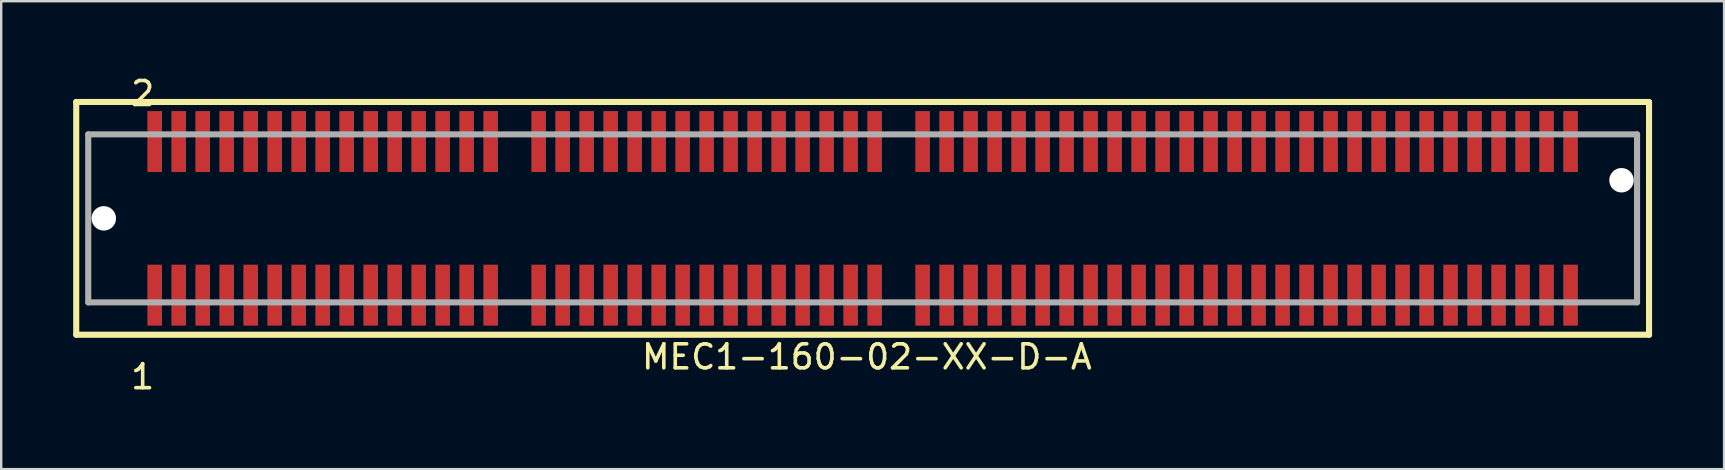
<source format=kicad_pcb>
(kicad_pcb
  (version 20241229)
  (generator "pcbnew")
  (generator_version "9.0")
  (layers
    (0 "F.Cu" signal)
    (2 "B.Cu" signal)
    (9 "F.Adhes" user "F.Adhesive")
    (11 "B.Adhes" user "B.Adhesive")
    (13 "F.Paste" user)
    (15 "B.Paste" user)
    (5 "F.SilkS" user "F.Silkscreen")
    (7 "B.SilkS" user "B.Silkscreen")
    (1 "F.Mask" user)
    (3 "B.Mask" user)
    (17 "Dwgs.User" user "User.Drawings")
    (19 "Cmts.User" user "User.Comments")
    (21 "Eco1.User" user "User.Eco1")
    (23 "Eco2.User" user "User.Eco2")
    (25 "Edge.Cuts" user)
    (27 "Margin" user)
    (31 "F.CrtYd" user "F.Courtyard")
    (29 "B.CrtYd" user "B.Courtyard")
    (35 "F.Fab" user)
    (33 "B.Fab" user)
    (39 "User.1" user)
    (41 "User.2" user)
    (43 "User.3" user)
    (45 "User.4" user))
  (footprint "MEC1-160-02-XX-D-A"
    (layer "F.Cu")
    (at 32.897 6.049)
    (property "Reference" "MEC1-160-02-XX-D-A" (at 0.175 5.773 0) (layer "F.SilkS") (effects (font (size 1.001 1.001) (thickness 0.15))))
    (attr through_hole)
    (fp_line (start -32.77 -4.85) (end 32.77 -4.85) (stroke (width 0.254) (type solid)) (layer "F.SilkS"))
    (fp_line (start -32.77 4.85) (end -32.77 -4.85) (stroke (width 0.254) (type solid)) (layer "F.SilkS"))
    (fp_line (start 32.77 -4.85) (end 32.77 4.85) (stroke (width 0.254) (type solid)) (layer "F.SilkS"))
    (fp_line (start 32.77 4.85) (end -32.77 4.85) (stroke (width 0.254) (type solid)) (layer "F.SilkS"))
    (fp_line (start -32.27 -3.5) (end 32.27 -3.5) (stroke (width 0.254) (type solid)) (layer "F.Fab"))
    (fp_line (start -32.27 3.5) (end -32.27 -3.5) (stroke (width 0.254) (type solid)) (layer "F.Fab"))
    (fp_line (start 32.27 -3.5) (end 32.27 3.5) (stroke (width 0.254) (type solid)) (layer "F.Fab"))
    (fp_line (start 32.27 3.5) (end -32.27 3.5) (stroke (width 0.254) (type solid)) (layer "F.Fab"))
    (fp_text user "1" (at -30.002 6.601 0) (layer "F.SilkS") (effects (font (size 1 1) (thickness 0.15))))
    (fp_text user "2" (at -30.003 -5.201 0) (layer "F.SilkS") (effects (font (size 1 1) (thickness 0.15))))
    (pad "" np_thru_hole circle (at -31.622 0) (size 1.02 1.02) (drill 1.02) (layers "*.Cu" "*.Mask"))
    (pad "" np_thru_hole circle (at 31.622 -1.588) (size 1.02 1.02) (drill 1.02) (layers "*.Cu" "*.Mask"))
    (pad "1" smd rect (at -29.5 3.2) (size 0.61 2.54) (layers "F.Cu" "F.Mask" "F.Paste"))
    (pad "2" smd rect (at -29.5 -3.2) (size 0.61 2.54) (layers "F.Cu" "F.Mask" "F.Paste"))
    (pad "3" smd rect (at -28.5 3.2) (size 0.61 2.54) (layers "F.Cu" "F.Mask" "F.Paste"))
    (pad "4" smd rect (at -28.5 -3.2) (size 0.61 2.54) (layers "F.Cu" "F.Mask" "F.Paste"))
    (pad "5" smd rect (at -27.5 3.2) (size 0.61 2.54) (layers "F.Cu" "F.Mask" "F.Paste"))
    (pad "6" smd rect (at -27.5 -3.2) (size 0.61 2.54) (layers "F.Cu" "F.Mask" "F.Paste"))
    (pad "7" smd rect (at -26.5 3.2) (size 0.61 2.54) (layers "F.Cu" "F.Mask" "F.Paste"))
    (pad "8" smd rect (at -26.5 -3.2) (size 0.61 2.54) (layers "F.Cu" "F.Mask" "F.Paste"))
    (pad "9" smd rect (at -25.5 3.2) (size 0.61 2.54) (layers "F.Cu" "F.Mask" "F.Paste"))
    (pad "10" smd rect (at -25.5 -3.2) (size 0.61 2.54) (layers "F.Cu" "F.Mask" "F.Paste"))
    (pad "11" smd rect (at -24.5 3.2) (size 0.61 2.54) (layers "F.Cu" "F.Mask" "F.Paste"))
    (pad "12" smd rect (at -24.5 -3.2) (size 0.61 2.54) (layers "F.Cu" "F.Mask" "F.Paste"))
    (pad "13" smd rect (at -23.5 3.2) (size 0.61 2.54) (layers "F.Cu" "F.Mask" "F.Paste"))
    (pad "14" smd rect (at -23.5 -3.2) (size 0.61 2.54) (layers "F.Cu" "F.Mask" "F.Paste"))
    (pad "15" smd rect (at -22.5 3.2) (size 0.61 2.54) (layers "F.Cu" "F.Mask" "F.Paste"))
    (pad "16" smd rect (at -22.5 -3.2) (size 0.61 2.54) (layers "F.Cu" "F.Mask" "F.Paste"))
    (pad "17" smd rect (at -21.5 3.2) (size 0.61 2.54) (layers "F.Cu" "F.Mask" "F.Paste"))
    (pad "18" smd rect (at -21.5 -3.2) (size 0.61 2.54) (layers "F.Cu" "F.Mask" "F.Paste"))
    (pad "19" smd rect (at -20.5 3.2) (size 0.61 2.54) (layers "F.Cu" "F.Mask" "F.Paste"))
    (pad "20" smd rect (at -20.5 -3.2) (size 0.61 2.54) (layers "F.Cu" "F.Mask" "F.Paste"))
    (pad "21" smd rect (at -19.5 3.2) (size 0.61 2.54) (layers "F.Cu" "F.Mask" "F.Paste"))
    (pad "22" smd rect (at -19.5 -3.2) (size 0.61 2.54) (layers "F.Cu" "F.Mask" "F.Paste"))
    (pad "23" smd rect (at -18.5 3.2) (size 0.61 2.54) (layers "F.Cu" "F.Mask" "F.Paste"))
    (pad "24" smd rect (at -18.5 -3.2) (size 0.61 2.54) (layers "F.Cu" "F.Mask" "F.Paste"))
    (pad "25" smd rect (at -17.5 3.2) (size 0.61 2.54) (layers "F.Cu" "F.Mask" "F.Paste"))
    (pad "26" smd rect (at -17.5 -3.2) (size 0.61 2.54) (layers "F.Cu" "F.Mask" "F.Paste"))
    (pad "27" smd rect (at -16.5 3.2) (size 0.61 2.54) (layers "F.Cu" "F.Mask" "F.Paste"))
    (pad "28" smd rect (at -16.5 -3.2) (size 0.61 2.54) (layers "F.Cu" "F.Mask" "F.Paste"))
    (pad "29" smd rect (at -15.5 3.2) (size 0.61 2.54) (layers "F.Cu" "F.Mask" "F.Paste"))
    (pad "30" smd rect (at -15.5 -3.2) (size 0.61 2.54) (layers "F.Cu" "F.Mask" "F.Paste"))
    (pad "33" smd rect (at -13.5 3.2) (size 0.61 2.54) (layers "F.Cu" "F.Mask" "F.Paste"))
    (pad "34" smd rect (at -13.5 -3.2) (size 0.61 2.54) (layers "F.Cu" "F.Mask" "F.Paste"))
    (pad "35" smd rect (at -12.5 3.2) (size 0.61 2.54) (layers "F.Cu" "F.Mask" "F.Paste"))
    (pad "36" smd rect (at -12.5 -3.2) (size 0.61 2.54) (layers "F.Cu" "F.Mask" "F.Paste"))
    (pad "37" smd rect (at -11.5 3.2) (size 0.61 2.54) (layers "F.Cu" "F.Mask" "F.Paste"))
    (pad "38" smd rect (at -11.5 -3.2) (size 0.61 2.54) (layers "F.Cu" "F.Mask" "F.Paste"))
    (pad "39" smd rect (at -10.5 3.2) (size 0.61 2.54) (layers "F.Cu" "F.Mask" "F.Paste"))
    (pad "40" smd rect (at -10.5 -3.2) (size 0.61 2.54) (layers "F.Cu" "F.Mask" "F.Paste"))
    (pad "41" smd rect (at -9.5 3.2) (size 0.61 2.54) (layers "F.Cu" "F.Mask" "F.Paste"))
    (pad "42" smd rect (at -9.5 -3.2) (size 0.61 2.54) (layers "F.Cu" "F.Mask" "F.Paste"))
    (pad "43" smd rect (at -8.5 3.2) (size 0.61 2.54) (layers "F.Cu" "F.Mask" "F.Paste"))
    (pad "44" smd rect (at -8.5 -3.2) (size 0.61 2.54) (layers "F.Cu" "F.Mask" "F.Paste"))
    (pad "45" smd rect (at -7.5 3.2) (size 0.61 2.54) (layers "F.Cu" "F.Mask" "F.Paste"))
    (pad "46" smd rect (at -7.5 -3.2) (size 0.61 2.54) (layers "F.Cu" "F.Mask" "F.Paste"))
    (pad "47" smd rect (at -6.5 3.2) (size 0.61 2.54) (layers "F.Cu" "F.Mask" "F.Paste"))
    (pad "48" smd rect (at -6.5 -3.2) (size 0.61 2.54) (layers "F.Cu" "F.Mask" "F.Paste"))
    (pad "49" smd rect (at -5.5 3.2) (size 0.61 2.54) (layers "F.Cu" "F.Mask" "F.Paste"))
    (pad "50" smd rect (at -5.5 -3.2) (size 0.61 2.54) (layers "F.Cu" "F.Mask" "F.Paste"))
    (pad "51" smd rect (at -4.5 3.2) (size 0.61 2.54) (layers "F.Cu" "F.Mask" "F.Paste"))
    (pad "52" smd rect (at -4.5 -3.2) (size 0.61 2.54) (layers "F.Cu" "F.Mask" "F.Paste"))
    (pad "53" smd rect (at -3.5 3.2) (size 0.61 2.54) (layers "F.Cu" "F.Mask" "F.Paste"))
    (pad "54" smd rect (at -3.5 -3.2) (size 0.61 2.54) (layers "F.Cu" "F.Mask" "F.Paste"))
    (pad "55" smd rect (at -2.5 3.2) (size 0.61 2.54) (layers "F.Cu" "F.Mask" "F.Paste"))
    (pad "56" smd rect (at -2.5 -3.2) (size 0.61 2.54) (layers "F.Cu" "F.Mask" "F.Paste"))
    (pad "57" smd rect (at -1.5 3.2) (size 0.61 2.54) (layers "F.Cu" "F.Mask" "F.Paste"))
    (pad "58" smd rect (at -1.5 -3.2) (size 0.61 2.54) (layers "F.Cu" "F.Mask" "F.Paste"))
    (pad "59" smd rect (at -0.5 3.2) (size 0.61 2.54) (layers "F.Cu" "F.Mask" "F.Paste"))
    (pad "60" smd rect (at -0.5 -3.2) (size 0.61 2.54) (layers "F.Cu" "F.Mask" "F.Paste"))
    (pad "61" smd rect (at 0.5 3.2) (size 0.61 2.54) (layers "F.Cu" "F.Mask" "F.Paste"))
    (pad "62" smd rect (at 0.5 -3.2) (size 0.61 2.54) (layers "F.Cu" "F.Mask" "F.Paste"))
    (pad "65" smd rect (at 2.5 3.2) (size 0.61 2.54) (layers "F.Cu" "F.Mask" "F.Paste"))
    (pad "66" smd rect (at 2.5 -3.2) (size 0.61 2.54) (layers "F.Cu" "F.Mask" "F.Paste"))
    (pad "67" smd rect (at 3.5 3.2) (size 0.61 2.54) (layers "F.Cu" "F.Mask" "F.Paste"))
    (pad "68" smd rect (at 3.5 -3.2) (size 0.61 2.54) (layers "F.Cu" "F.Mask" "F.Paste"))
    (pad "69" smd rect (at 4.5 3.2) (size 0.61 2.54) (layers "F.Cu" "F.Mask" "F.Paste"))
    (pad "70" smd rect (at 4.5 -3.2) (size 0.61 2.54) (layers "F.Cu" "F.Mask" "F.Paste"))
    (pad "71" smd rect (at 5.5 3.2) (size 0.61 2.54) (layers "F.Cu" "F.Mask" "F.Paste"))
    (pad "72" smd rect (at 5.5 -3.2) (size 0.61 2.54) (layers "F.Cu" "F.Mask" "F.Paste"))
    (pad "73" smd rect (at 6.5 3.2) (size 0.61 2.54) (layers "F.Cu" "F.Mask" "F.Paste"))
    (pad "74" smd rect (at 6.5 -3.2) (size 0.61 2.54) (layers "F.Cu" "F.Mask" "F.Paste"))
    (pad "75" smd rect (at 7.5 3.2) (size 0.61 2.54) (layers "F.Cu" "F.Mask" "F.Paste"))
    (pad "76" smd rect (at 7.5 -3.2) (size 0.61 2.54) (layers "F.Cu" "F.Mask" "F.Paste"))
    (pad "77" smd rect (at 8.5 3.2) (size 0.61 2.54) (layers "F.Cu" "F.Mask" "F.Paste"))
    (pad "78" smd rect (at 8.5 -3.2) (size 0.61 2.54) (layers "F.Cu" "F.Mask" "F.Paste"))
    (pad "79" smd rect (at 9.5 3.2) (size 0.61 2.54) (layers "F.Cu" "F.Mask" "F.Paste"))
    (pad "80" smd rect (at 9.5 -3.2) (size 0.61 2.54) (layers "F.Cu" "F.Mask" "F.Paste"))
    (pad "81" smd rect (at 10.5 3.2) (size 0.61 2.54) (layers "F.Cu" "F.Mask" "F.Paste"))
    (pad "82" smd rect (at 10.5 -3.2) (size 0.61 2.54) (layers "F.Cu" "F.Mask" "F.Paste"))
    (pad "83" smd rect (at 11.5 3.2) (size 0.61 2.54) (layers "F.Cu" "F.Mask" "F.Paste"))
    (pad "84" smd rect (at 11.5 -3.2) (size 0.61 2.54) (layers "F.Cu" "F.Mask" "F.Paste"))
    (pad "85" smd rect (at 12.5 3.2) (size 0.61 2.54) (layers "F.Cu" "F.Mask" "F.Paste"))
    (pad "86" smd rect (at 12.5 -3.2) (size 0.61 2.54) (layers "F.Cu" "F.Mask" "F.Paste"))
    (pad "87" smd rect (at 13.5 3.2) (size 0.61 2.54) (layers "F.Cu" "F.Mask" "F.Paste"))
    (pad "88" smd rect (at 13.5 -3.2) (size 0.61 2.54) (layers "F.Cu" "F.Mask" "F.Paste"))
    (pad "89" smd rect (at 14.5 3.2) (size 0.61 2.54) (layers "F.Cu" "F.Mask" "F.Paste"))
    (pad "90" smd rect (at 14.5 -3.2) (size 0.61 2.54) (layers "F.Cu" "F.Mask" "F.Paste"))
    (pad "91" smd rect (at 15.5 3.2) (size 0.61 2.54) (layers "F.Cu" "F.Mask" "F.Paste"))
    (pad "92" smd rect (at 15.5 -3.2) (size 0.61 2.54) (layers "F.Cu" "F.Mask" "F.Paste"))
    (pad "93" smd rect (at 16.5 3.2) (size 0.61 2.54) (layers "F.Cu" "F.Mask" "F.Paste"))
    (pad "94" smd rect (at 16.5 -3.2) (size 0.61 2.54) (layers "F.Cu" "F.Mask" "F.Paste"))
    (pad "95" smd rect (at 17.5 3.2) (size 0.61 2.54) (layers "F.Cu" "F.Mask" "F.Paste"))
    (pad "96" smd rect (at 17.5 -3.2) (size 0.61 2.54) (layers "F.Cu" "F.Mask" "F.Paste"))
    (pad "97" smd rect (at 18.5 3.2) (size 0.61 2.54) (layers "F.Cu" "F.Mask" "F.Paste"))
    (pad "98" smd rect (at 18.5 -3.2) (size 0.61 2.54) (layers "F.Cu" "F.Mask" "F.Paste"))
    (pad "99" smd rect (at 19.5 3.2) (size 0.61 2.54) (layers "F.Cu" "F.Mask" "F.Paste"))
    (pad "100" smd rect (at 19.5 -3.2) (size 0.61 2.54) (layers "F.Cu" "F.Mask" "F.Paste"))
    (pad "101" smd rect (at 20.5 3.2) (size 0.61 2.54) (layers "F.Cu" "F.Mask" "F.Paste"))
    (pad "102" smd rect (at 20.5 -3.2) (size 0.61 2.54) (layers "F.Cu" "F.Mask" "F.Paste"))
    (pad "103" smd rect (at 21.5 3.2) (size 0.61 2.54) (layers "F.Cu" "F.Mask" "F.Paste"))
    (pad "104" smd rect (at 21.5 -3.2) (size 0.61 2.54) (layers "F.Cu" "F.Mask" "F.Paste"))
    (pad "105" smd rect (at 22.5 3.2) (size 0.61 2.54) (layers "F.Cu" "F.Mask" "F.Paste"))
    (pad "106" smd rect (at 22.5 -3.2) (size 0.61 2.54) (layers "F.Cu" "F.Mask" "F.Paste"))
    (pad "107" smd rect (at 23.5 3.2) (size 0.61 2.54) (layers "F.Cu" "F.Mask" "F.Paste"))
    (pad "108" smd rect (at 23.5 -3.2) (size 0.61 2.54) (layers "F.Cu" "F.Mask" "F.Paste"))
    (pad "109" smd rect (at 24.5 3.2) (size 0.61 2.54) (layers "F.Cu" "F.Mask" "F.Paste"))
    (pad "110" smd rect (at 24.5 -3.2) (size 0.61 2.54) (layers "F.Cu" "F.Mask" "F.Paste"))
    (pad "111" smd rect (at 25.5 3.2) (size 0.61 2.54) (layers "F.Cu" "F.Mask" "F.Paste"))
    (pad "112" smd rect (at 25.5 -3.2) (size 0.61 2.54) (layers "F.Cu" "F.Mask" "F.Paste"))
    (pad "113" smd rect (at 26.5 3.2) (size 0.61 2.54) (layers "F.Cu" "F.Mask" "F.Paste"))
    (pad "114" smd rect (at 26.5 -3.2) (size 0.61 2.54) (layers "F.Cu" "F.Mask" "F.Paste"))
    (pad "115" smd rect (at 27.5 3.2) (size 0.61 2.54) (layers "F.Cu" "F.Mask" "F.Paste"))
    (pad "116" smd rect (at 27.5 -3.2) (size 0.61 2.54) (layers "F.Cu" "F.Mask" "F.Paste"))
    (pad "117" smd rect (at 28.5 3.2) (size 0.61 2.54) (layers "F.Cu" "F.Mask" "F.Paste"))
    (pad "118" smd rect (at 28.5 -3.2) (size 0.61 2.54) (layers "F.Cu" "F.Mask" "F.Paste"))
    (pad "119" smd rect (at 29.5 3.2) (size 0.61 2.54) (layers "F.Cu" "F.Mask" "F.Paste"))
    (pad "120" smd rect (at 29.5 -3.2) (size 0.61 2.54) (layers "F.Cu" "F.Mask" "F.Paste")))
  (gr_rect
    (start -3 -3)
    (end 68.794 16.498)
    (stroke (width 0.1) (type default))
    (fill no)
    (layer "Edge.Cuts")))
</source>
